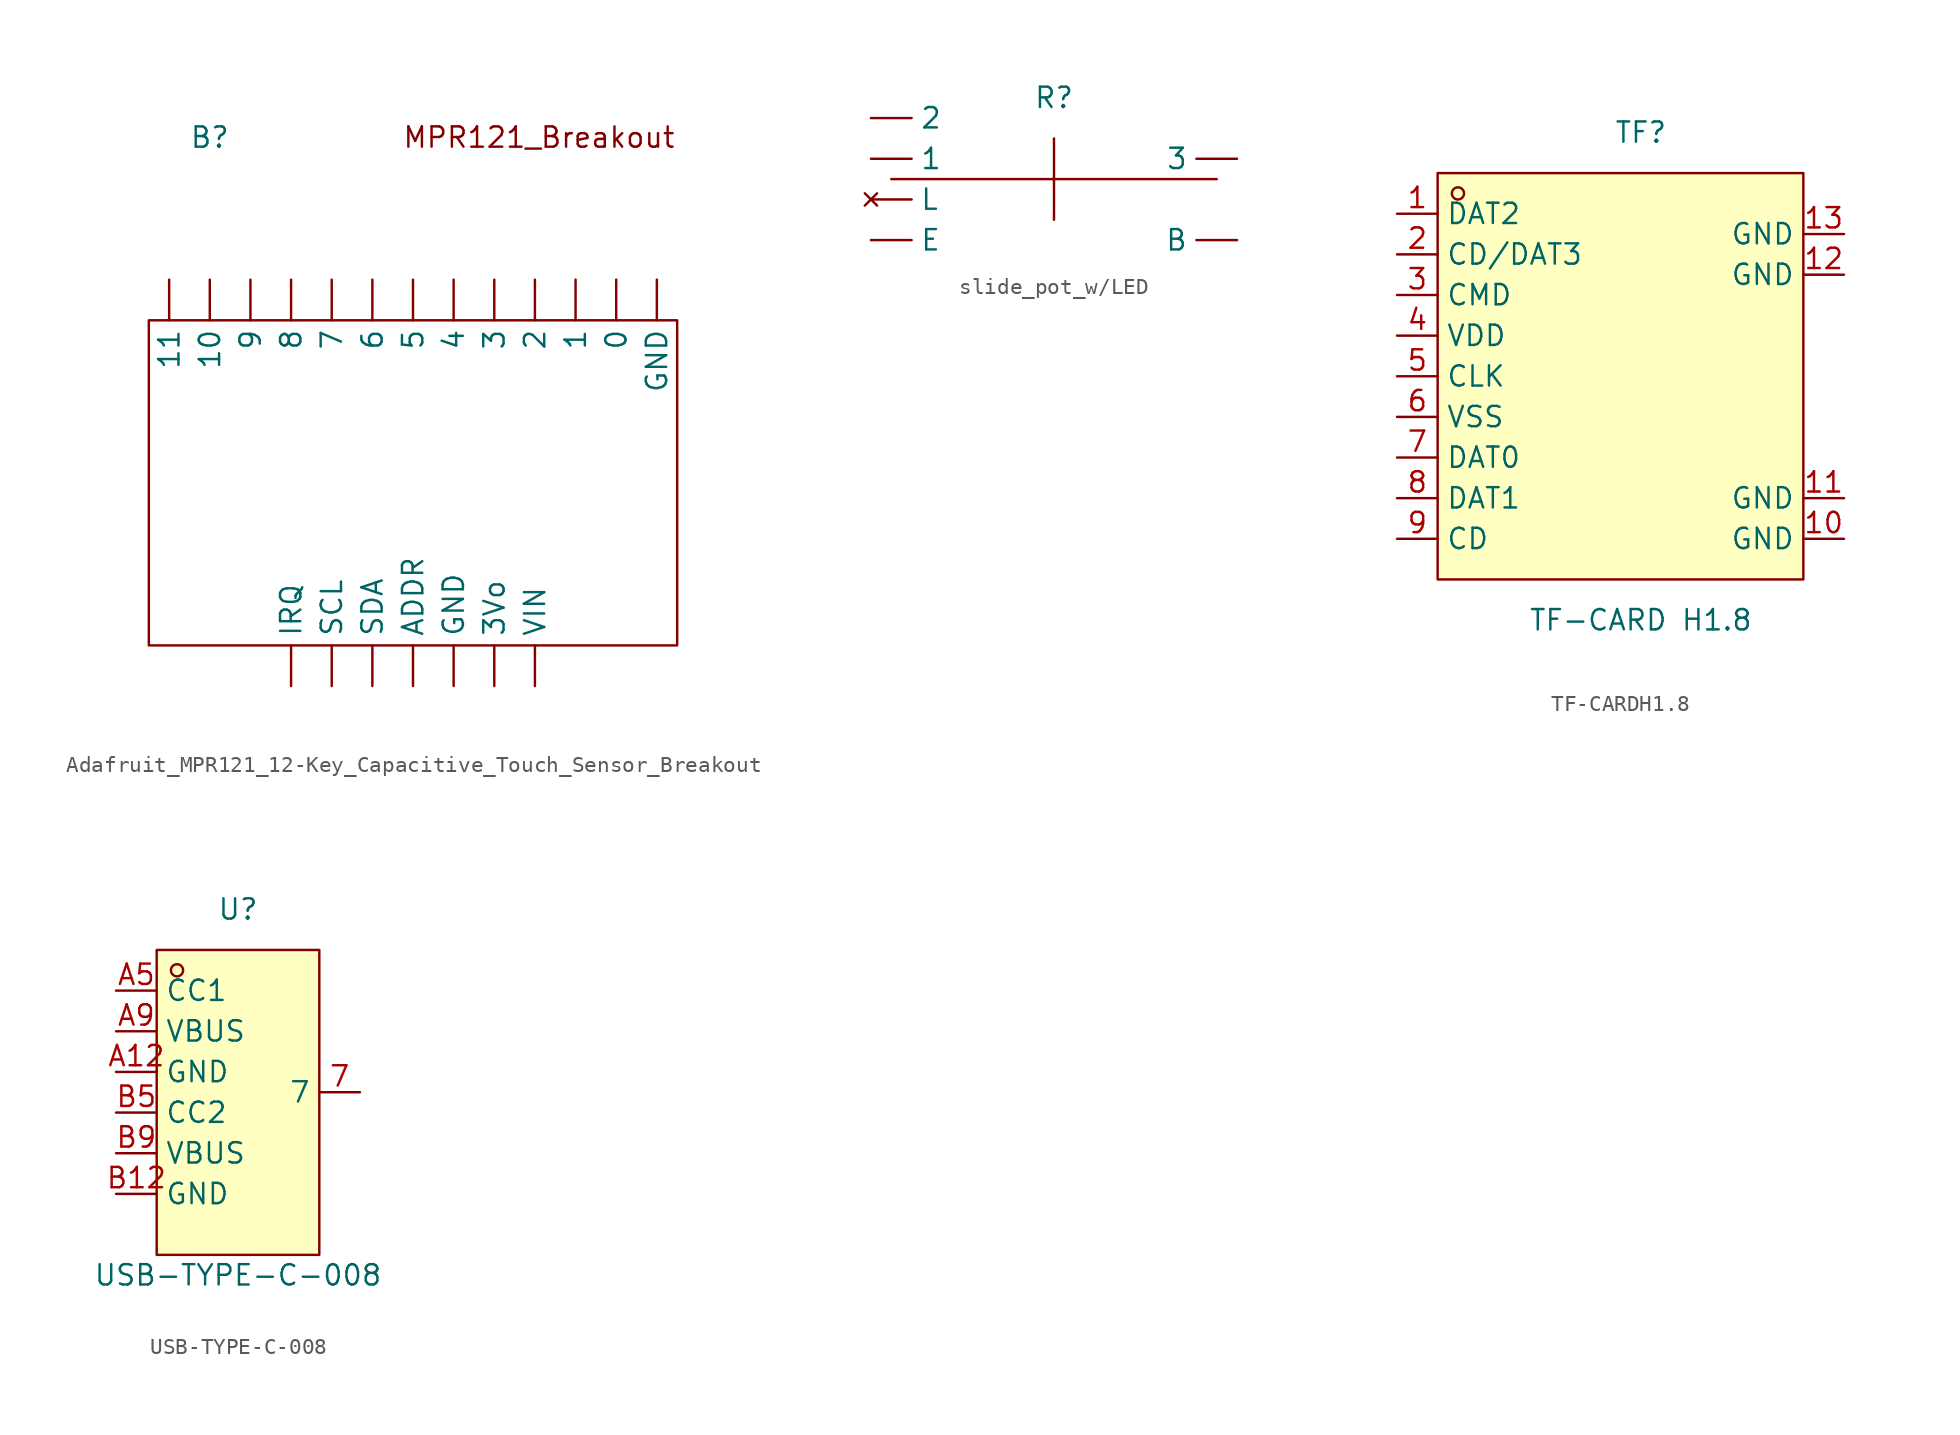
<source format=kicad_sym>
(kicad_symbol_lib
  (version 20231120)
  (generator "kicad_symbol_editor")
  (generator_version "8.0")
  (symbol "Adafruit_MPR121_12-Key_Capacitive_Touch_Sensor_Breakout"
    (property "Reference" "B"
      (at 0 0 0)
      (effects (font (size 1.27 1.27))))
    (property "Value" ""
      (at 0 0 0)
      (effects (font (size 1.27 1.27))))
    (symbol "Adafruit_MPR121_12-Key_Capacitive_Touch_Sensor_Breakout_0_1"
      (rectangle (start -3.81 -11.43) (end 29.21 -31.75) (stroke (width 0) (type default)) (fill (type none))))
    (symbol "Adafruit_MPR121_12-Key_Capacitive_Touch_Sensor_Breakout_1_1"
      (text "MPR121_Breakout" (at 20.574 0 0) (effects (font (size 1.27 1.27))))
      (pin bidirectional line (at 25.4 -8.89 270) (length 2.54) (name "0" (effects (font (size 1.27 1.27)))) (number "" (effects (font (size 1.27 1.27)))))
      (pin bidirectional line (at 22.86 -8.89 270) (length 2.54) (name "1" (effects (font (size 1.27 1.27)))) (number "" (effects (font (size 1.27 1.27)))))
      (pin bidirectional line (at 0 -8.89 270) (length 2.54) (name "10" (effects (font (size 1.27 1.27)))) (number "" (effects (font (size 1.27 1.27)))))
      (pin bidirectional line (at -2.54 -8.89 270) (length 2.54) (name "11" (effects (font (size 1.27 1.27)))) (number "" (effects (font (size 1.27 1.27)))))
      (pin bidirectional line (at 20.32 -8.89 270) (length 2.54) (name "2" (effects (font (size 1.27 1.27)))) (number "" (effects (font (size 1.27 1.27)))))
      (pin bidirectional line (at 17.78 -8.89 270) (length 2.54) (name "3" (effects (font (size 1.27 1.27)))) (number "" (effects (font (size 1.27 1.27)))))
      (pin power_out line (at 17.78 -34.29 90) (length 2.54) (name "3Vo" (effects (font (size 1.27 1.27)))) (number "" (effects (font (size 1.27 1.27)))))
      (pin bidirectional line (at 15.24 -8.89 270) (length 2.54) (name "4" (effects (font (size 1.27 1.27)))) (number "" (effects (font (size 1.27 1.27)))))
      (pin bidirectional line (at 12.7 -8.89 270) (length 2.54) (name "5" (effects (font (size 1.27 1.27)))) (number "" (effects (font (size 1.27 1.27)))))
      (pin bidirectional line (at 10.16 -8.89 270) (length 2.54) (name "6" (effects (font (size 1.27 1.27)))) (number "" (effects (font (size 1.27 1.27)))))
      (pin bidirectional line (at 7.62 -8.89 270) (length 2.54) (name "7" (effects (font (size 1.27 1.27)))) (number "" (effects (font (size 1.27 1.27)))))
      (pin bidirectional line (at 5.08 -8.89 270) (length 2.54) (name "8" (effects (font (size 1.27 1.27)))) (number "" (effects (font (size 1.27 1.27)))))
      (pin bidirectional line (at 2.54 -8.89 270) (length 2.54) (name "9" (effects (font (size 1.27 1.27)))) (number "" (effects (font (size 1.27 1.27)))))
      (pin passive line (at 12.7 -34.29 90) (length 2.54) (name "ADDR" (effects (font (size 1.27 1.27)))) (number "" (effects (font (size 1.27 1.27)))))
      (pin power_in line (at 15.24 -34.29 90) (length 2.54) (name "GND" (effects (font (size 1.27 1.27)))) (number "" (effects (font (size 1.27 1.27)))))
      (pin power_in line (at 27.94 -8.89 270) (length 2.54) (name "GND" (effects (font (size 1.27 1.27)))) (number "" (effects (font (size 1.27 1.27)))))
      (pin open_collector line (at 5.08 -34.29 90) (length 2.54) (name "IRQ" (effects (font (size 1.27 1.27)))) (number "" (effects (font (size 1.27 1.27)))))
      (pin bidirectional line (at 7.62 -34.29 90) (length 2.54) (name "SCL" (effects (font (size 1.27 1.27)))) (number "" (effects (font (size 1.27 1.27)))))
      (pin bidirectional line (at 10.16 -34.29 90) (length 2.54) (name "SDA" (effects (font (size 1.27 1.27)))) (number "" (effects (font (size 1.27 1.27)))))
      (pin power_in line (at 20.32 -34.29 90) (length 2.54) (name "VIN" (effects (font (size 1.27 1.27)))) (number "" (effects (font (size 1.27 1.27)))))))
  (symbol "slide_pot_w/LED"
    (property "Reference" "R"
      (at 0 0 0)
      (effects (font (size 1.27 1.27))))
    (property "Value" ""
      (at 0 0 0)
      (effects (font (size 1.27 1.27))))
    (symbol "slide_pot_w/LED_0_1"
      (polyline (pts (xy -10.16 -5.08) (xy 10.16 -5.08)) (stroke (width 0) (type default)) (fill (type none)))
      (polyline (pts (xy 0 -7.62) (xy 0 -2.54)) (stroke (width 0) (type default)) (fill (type none))))
    (symbol "slide_pot_w/LED_1_1"
      (pin passive line (at -11.43 -3.81 0) (length 2.54) (name "1" (effects (font (size 1.27 1.27)))) (number "" (effects (font (size 1.27 1.27)))))
      (pin passive line (at -11.43 -1.27 0) (length 2.54) (name "2" (effects (font (size 1.27 1.27)))) (number "" (effects (font (size 1.27 1.27)))))
      (pin passive line (at 11.43 -3.81 180) (length 2.54) (name "3" (effects (font (size 1.27 1.27)))) (number "" (effects (font (size 1.27 1.27)))))
      (pin power_in line (at 11.43 -8.89 180) (length 2.54) (name "B" (effects (font (size 1.27 1.27)))) (number "" (effects (font (size 1.27 1.27)))))
      (pin output line (at -11.43 -8.89 0) (length 2.54) (name "E" (effects (font (size 1.27 1.27)))) (number "" (effects (font (size 1.27 1.27)))))
      (pin no_connect line (at -11.43 -6.35 0) (length 2.54) (name "L" (effects (font (size 1.27 1.27)))) (number "" (effects (font (size 1.27 1.27)))))))
  (symbol "TF-CARDH1.8"
    (property "Reference" "TF"
      (at 0 17.78 0)
      (effects (font (size 1.27 1.27))))
    (property "Value" "TF-CARD H1.8"
      (at 0 -12.7 0)
      (effects (font (size 1.27 1.27))))
    (symbol "TF-CARDH1.8_0_1"
      (rectangle (start -12.7 15.24) (end 10.16 -10.16) (stroke (width 0) (type default)) (fill (type background)))
      (circle (center -11.43 13.97) (radius 0.38) (stroke (width 0) (type default)) (fill (type none)))
      (pin unspecified line (at -15.24 12.7 0) (length 2.54) (name "DAT2" (effects (font (size 1.27 1.27)))) (number "1" (effects (font (size 1.27 1.27)))))
      (pin unspecified line (at 12.7 -7.62 180) (length 2.54) (name "GND" (effects (font (size 1.27 1.27)))) (number "10" (effects (font (size 1.27 1.27)))))
      (pin unspecified line (at 12.7 -5.08 180) (length 2.54) (name "GND" (effects (font (size 1.27 1.27)))) (number "11" (effects (font (size 1.27 1.27)))))
      (pin unspecified line (at 12.7 8.89 180) (length 2.54) (name "GND" (effects (font (size 1.27 1.27)))) (number "12" (effects (font (size 1.27 1.27)))))
      (pin unspecified line (at 12.7 11.43 180) (length 2.54) (name "GND" (effects (font (size 1.27 1.27)))) (number "13" (effects (font (size 1.27 1.27)))))
      (pin unspecified line (at -15.24 10.16 0) (length 2.54) (name "CD/DAT3" (effects (font (size 1.27 1.27)))) (number "2" (effects (font (size 1.27 1.27)))))
      (pin unspecified line (at -15.24 7.62 0) (length 2.54) (name "CMD" (effects (font (size 1.27 1.27)))) (number "3" (effects (font (size 1.27 1.27)))))
      (pin unspecified line (at -15.24 5.08 0) (length 2.54) (name "VDD" (effects (font (size 1.27 1.27)))) (number "4" (effects (font (size 1.27 1.27)))))
      (pin unspecified line (at -15.24 2.54 0) (length 2.54) (name "CLK" (effects (font (size 1.27 1.27)))) (number "5" (effects (font (size 1.27 1.27)))))
      (pin unspecified line (at -15.24 0 0) (length 2.54) (name "VSS" (effects (font (size 1.27 1.27)))) (number "6" (effects (font (size 1.27 1.27)))))
      (pin unspecified line (at -15.24 -2.54 0) (length 2.54) (name "DAT0" (effects (font (size 1.27 1.27)))) (number "7" (effects (font (size 1.27 1.27)))))
      (pin unspecified line (at -15.24 -5.08 0) (length 2.54) (name "DAT1" (effects (font (size 1.27 1.27)))) (number "8" (effects (font (size 1.27 1.27)))))
      (pin unspecified line (at -15.24 -7.62 0) (length 2.54) (name "CD" (effects (font (size 1.27 1.27)))) (number "9" (effects (font (size 1.27 1.27)))))))
  (symbol "USB-TYPE-C-008"
    (property "Reference" "U"
      (at 0 11.43 0)
      (effects (font (size 1.27 1.27))))
    (property "Value" "USB-TYPE-C-008"
      (at 0 -11.43 0)
      (effects (font (size 1.27 1.27))))
    (symbol "USB-TYPE-C-008_0_1"
      (rectangle (start -5.08 8.89) (end 5.08 -10.16) (stroke (width 0) (type default)) (fill (type background)))
      (circle (center -3.81 7.62) (radius 0.38) (stroke (width 0) (type default)) (fill (type none)))
      (pin unspecified line (at 7.62 0 180) (length 2.54) (name "7" (effects (font (size 1.27 1.27)))) (number "7" (effects (font (size 1.27 1.27)))))
      (pin unspecified line (at -7.62 1.27 0) (length 2.54) (name "GND" (effects (font (size 1.27 1.27)))) (number "A12" (effects (font (size 1.27 1.27)))))
      (pin unspecified line (at -7.62 6.35 0) (length 2.54) (name "CC1" (effects (font (size 1.27 1.27)))) (number "A5" (effects (font (size 1.27 1.27)))))
      (pin unspecified line (at -7.62 3.81 0) (length 2.54) (name "VBUS" (effects (font (size 1.27 1.27)))) (number "A9" (effects (font (size 1.27 1.27)))))
      (pin unspecified line (at -7.62 -6.35 0) (length 2.54) (name "GND" (effects (font (size 1.27 1.27)))) (number "B12" (effects (font (size 1.27 1.27)))))
      (pin unspecified line (at -7.62 -1.27 0) (length 2.54) (name "CC2" (effects (font (size 1.27 1.27)))) (number "B5" (effects (font (size 1.27 1.27)))))
      (pin unspecified line (at -7.62 -3.81 0) (length 2.54) (name "VBUS" (effects (font (size 1.27 1.27)))) (number "B9" (effects (font (size 1.27 1.27))))))))
</source>
